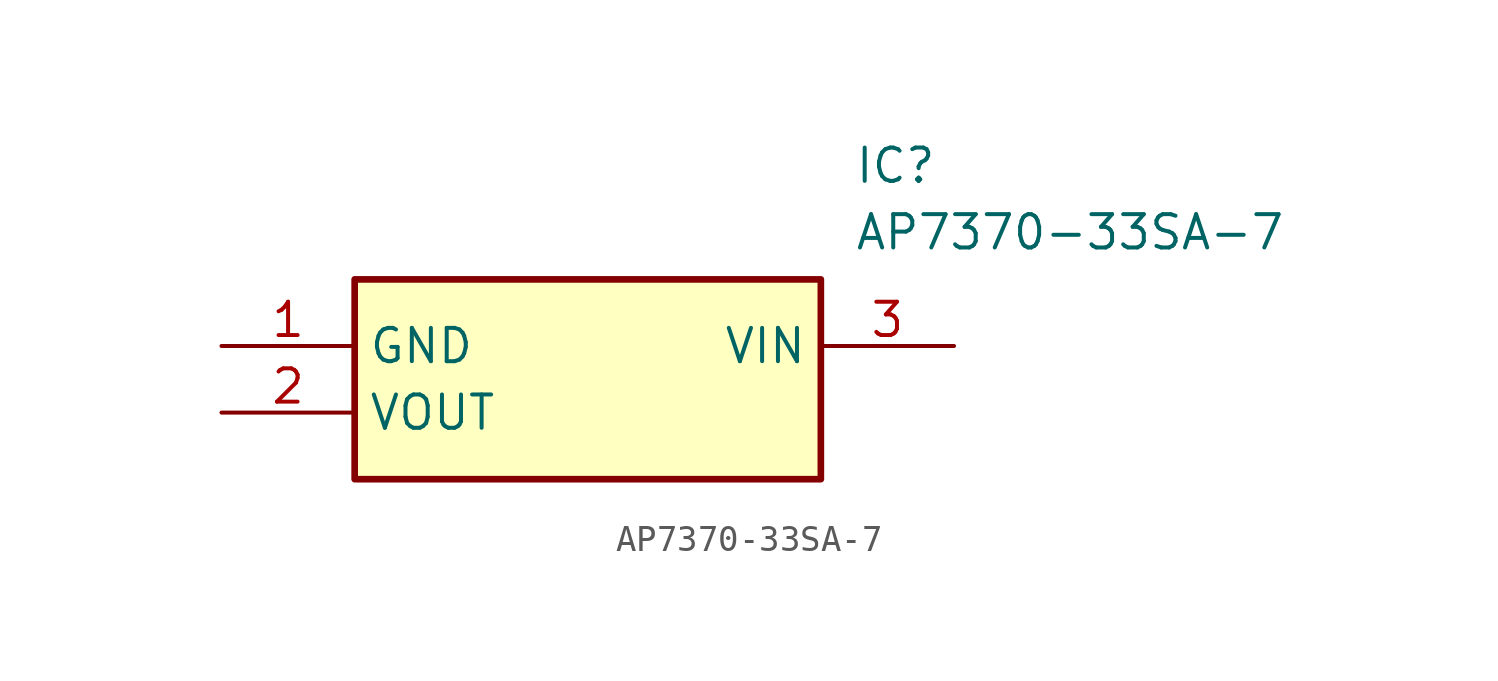
<source format=kicad_sym>
(kicad_symbol_lib
  (version 20211014)
  (generator SamacSys_ECAD_Model)
  (symbol "AP7370-33SA-7"
    (property "Reference" "IC"
      (at 24.13 7.62 0)
      (effects (font (size 1.27 1.27)) (justify left top)))
    (property "Value" "AP7370-33SA-7"
      (at 24.13 5.08 0)
      (effects (font (size 1.27 1.27)) (justify left top)))
    (rectangle
      (start 5.08 2.54)
      (end 22.86 -5.08)
      (stroke (width 0.254) (type default))
      (fill (type background)))
    (pin passive line
      (at 0 0 0)
      (length 5.08)
      (name "GND" (effects (font (size 1.27 1.27))))
      (number "1" (effects (font (size 1.27 1.27)))))
    (pin passive line
      (at 0 -2.54 0)
      (length 5.08)
      (name "VOUT" (effects (font (size 1.27 1.27))))
      (number "2" (effects (font (size 1.27 1.27)))))
    (pin passive line
      (at 27.94 0 180)
      (length 5.08)
      (name "VIN" (effects (font (size 1.27 1.27))))
      (number "3" (effects (font (size 1.27 1.27)))))))
</source>
